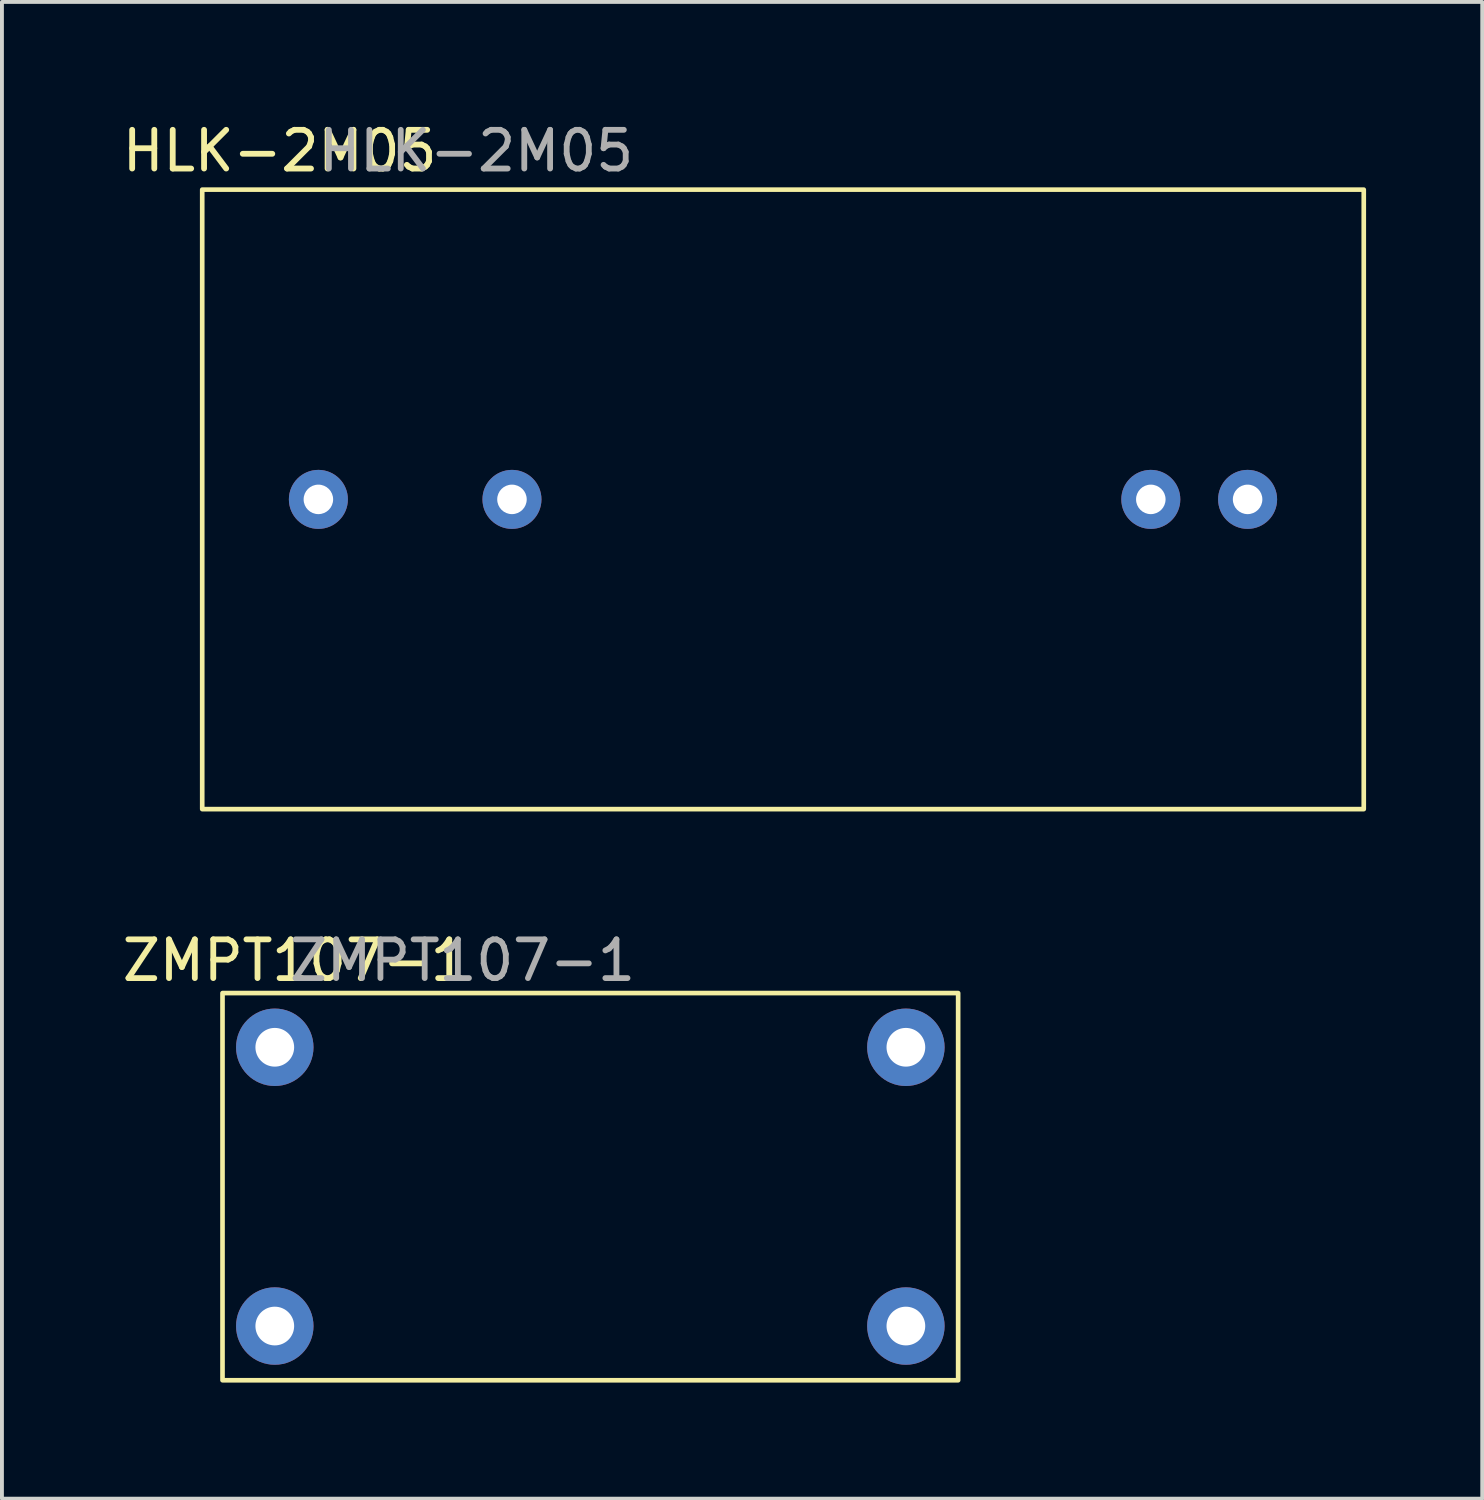
<source format=kicad_pcb>
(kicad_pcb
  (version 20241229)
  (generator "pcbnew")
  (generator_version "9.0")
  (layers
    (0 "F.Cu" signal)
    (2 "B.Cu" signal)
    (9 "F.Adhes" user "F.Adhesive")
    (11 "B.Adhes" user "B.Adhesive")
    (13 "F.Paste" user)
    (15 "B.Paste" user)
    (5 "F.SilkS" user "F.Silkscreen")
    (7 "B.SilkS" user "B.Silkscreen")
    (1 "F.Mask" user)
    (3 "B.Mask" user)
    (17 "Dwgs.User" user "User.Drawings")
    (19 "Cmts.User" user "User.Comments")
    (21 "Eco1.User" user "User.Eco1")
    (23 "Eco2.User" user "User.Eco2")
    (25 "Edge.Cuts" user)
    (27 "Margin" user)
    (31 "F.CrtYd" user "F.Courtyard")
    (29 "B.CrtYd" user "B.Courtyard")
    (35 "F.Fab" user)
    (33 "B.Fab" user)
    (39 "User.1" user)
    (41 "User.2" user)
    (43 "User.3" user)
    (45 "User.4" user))
  (footprint "HLK-2M05"
    (layer "F.Cu")
    (at 2.173 1.848)
    (property "Reference" "HLK-2M05" (at 2 -1 0) (unlocked yes) (layer "F.SilkS") (effects (font (size 1 1) (thickness 0.15))))
    (attr through_hole)
    (fp_rect (start 0 0) (end 30 16) (stroke (width 0.12) (type solid)) (fill no) (layer "F.SilkS"))
    (fp_text user "${REFERENCE}" (at 7.08 -1 0) (unlocked yes) (layer "F.Fab") (effects (font (size 1 1) (thickness 0.15))))
    (pad "1" thru_hole circle (at 3 8) (size 1.524 1.524) (drill 0.762) (layers "*.Cu" "*.Mask"))
    (pad "2" thru_hole circle (at 8 8) (size 1.524 1.524) (drill 0.762) (layers "*.Cu" "*.Mask"))
    (pad "3" thru_hole circle (at 24.5 8) (size 1.524 1.524) (drill 0.762) (layers "*.Cu" "*.Mask"))
    (pad "4" thru_hole circle (at 27 8) (size 1.524 1.524) (drill 0.762) (layers "*.Cu" "*.Mask")))
  (footprint "ZMPT107-1"
    (layer "F.Cu")
    (at 12.197 27.599)
    (property "Reference" "ZMPT107-1" (at -7.62 -5.842 0) (unlocked yes) (layer "F.SilkS") (effects (font (size 1 1) (thickness 0.15))))
    (attr through_hole)
    (fp_rect (start -9.5 -5) (end 9.5 5) (stroke (width 0.12) (type solid)) (fill no) (layer "F.SilkS"))
    (fp_text user "${REFERENCE}" (at -3.302 -5.842 0) (unlocked yes) (layer "F.Fab") (effects (font (size 1 1) (thickness 0.15))))
    (pad "1" thru_hole circle (at -8.15 3.6) (size 2 2) (drill 1) (layers "*.Cu" "*.Mask"))
    (pad "2" thru_hole circle (at -8.15 -3.6) (size 2 2) (drill 1) (layers "*.Cu" "*.Mask"))
    (pad "3" thru_hole circle (at 8.15 3.6) (size 2 2) (drill 1) (layers "*.Cu" "*.Mask"))
    (pad "4" thru_hole circle (at 8.15 -3.6) (size 2 2) (drill 1) (layers "*.Cu" "*.Mask")))
  (gr_rect
    (start -3 -3)
    (end 35.233 35.658)
    (stroke (width 0.1) (type default))
    (fill no)
    (layer "Edge.Cuts")))
</source>
